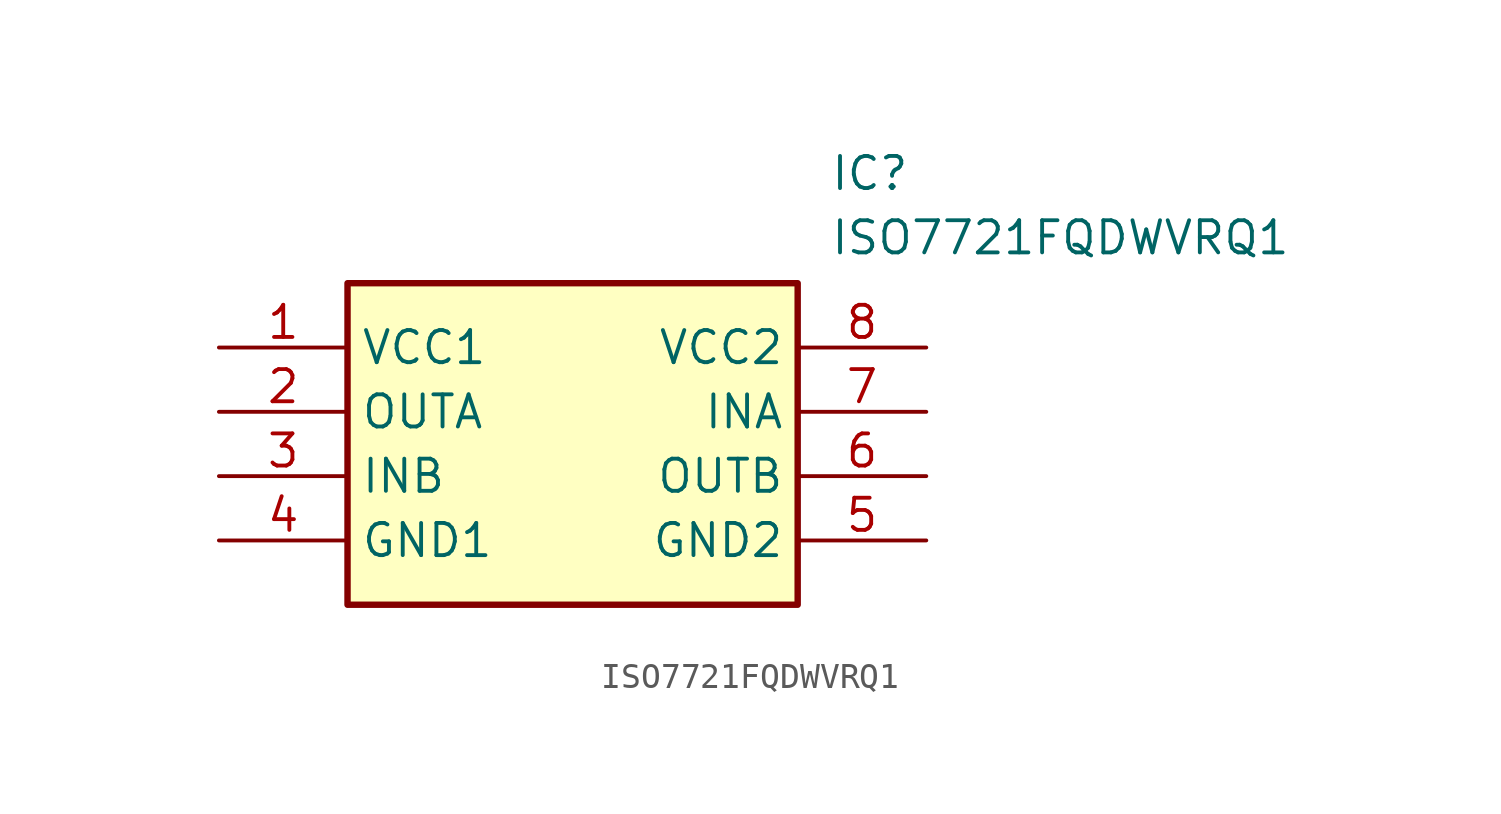
<source format=kicad_sym>
(kicad_symbol_lib
  (version 20211014)
  (generator SamacSys_ECAD_Model)
  (symbol "ISO7721FQDWVRQ1"
    (property "Reference" "IC"
      (at 24.13 7.62 0)
      (effects (font (size 1.27 1.27)) (justify left top)))
    (property "Value" "ISO7721FQDWVRQ1"
      (at 24.13 5.08 0)
      (effects (font (size 1.27 1.27)) (justify left top)))
    (rectangle
      (start 5.08 2.54)
      (end 22.86 -10.16)
      (stroke (width 0.254) (type default))
      (fill (type background)))
    (pin passive line
      (at 0 0 0)
      (length 5.08)
      (name "VCC1" (effects (font (size 1.27 1.27))))
      (number "1" (effects (font (size 1.27 1.27)))))
    (pin passive line
      (at 0 -2.54 0)
      (length 5.08)
      (name "OUTA" (effects (font (size 1.27 1.27))))
      (number "2" (effects (font (size 1.27 1.27)))))
    (pin passive line
      (at 0 -5.08 0)
      (length 5.08)
      (name "INB" (effects (font (size 1.27 1.27))))
      (number "3" (effects (font (size 1.27 1.27)))))
    (pin passive line
      (at 0 -7.62 0)
      (length 5.08)
      (name "GND1" (effects (font (size 1.27 1.27))))
      (number "4" (effects (font (size 1.27 1.27)))))
    (pin passive line
      (at 27.94 0 180)
      (length 5.08)
      (name "VCC2" (effects (font (size 1.27 1.27))))
      (number "8" (effects (font (size 1.27 1.27)))))
    (pin passive line
      (at 27.94 -2.54 180)
      (length 5.08)
      (name "INA" (effects (font (size 1.27 1.27))))
      (number "7" (effects (font (size 1.27 1.27)))))
    (pin passive line
      (at 27.94 -5.08 180)
      (length 5.08)
      (name "OUTB" (effects (font (size 1.27 1.27))))
      (number "6" (effects (font (size 1.27 1.27)))))
    (pin passive line
      (at 27.94 -7.62 180)
      (length 5.08)
      (name "GND2" (effects (font (size 1.27 1.27))))
      (number "5" (effects (font (size 1.27 1.27)))))))
</source>
